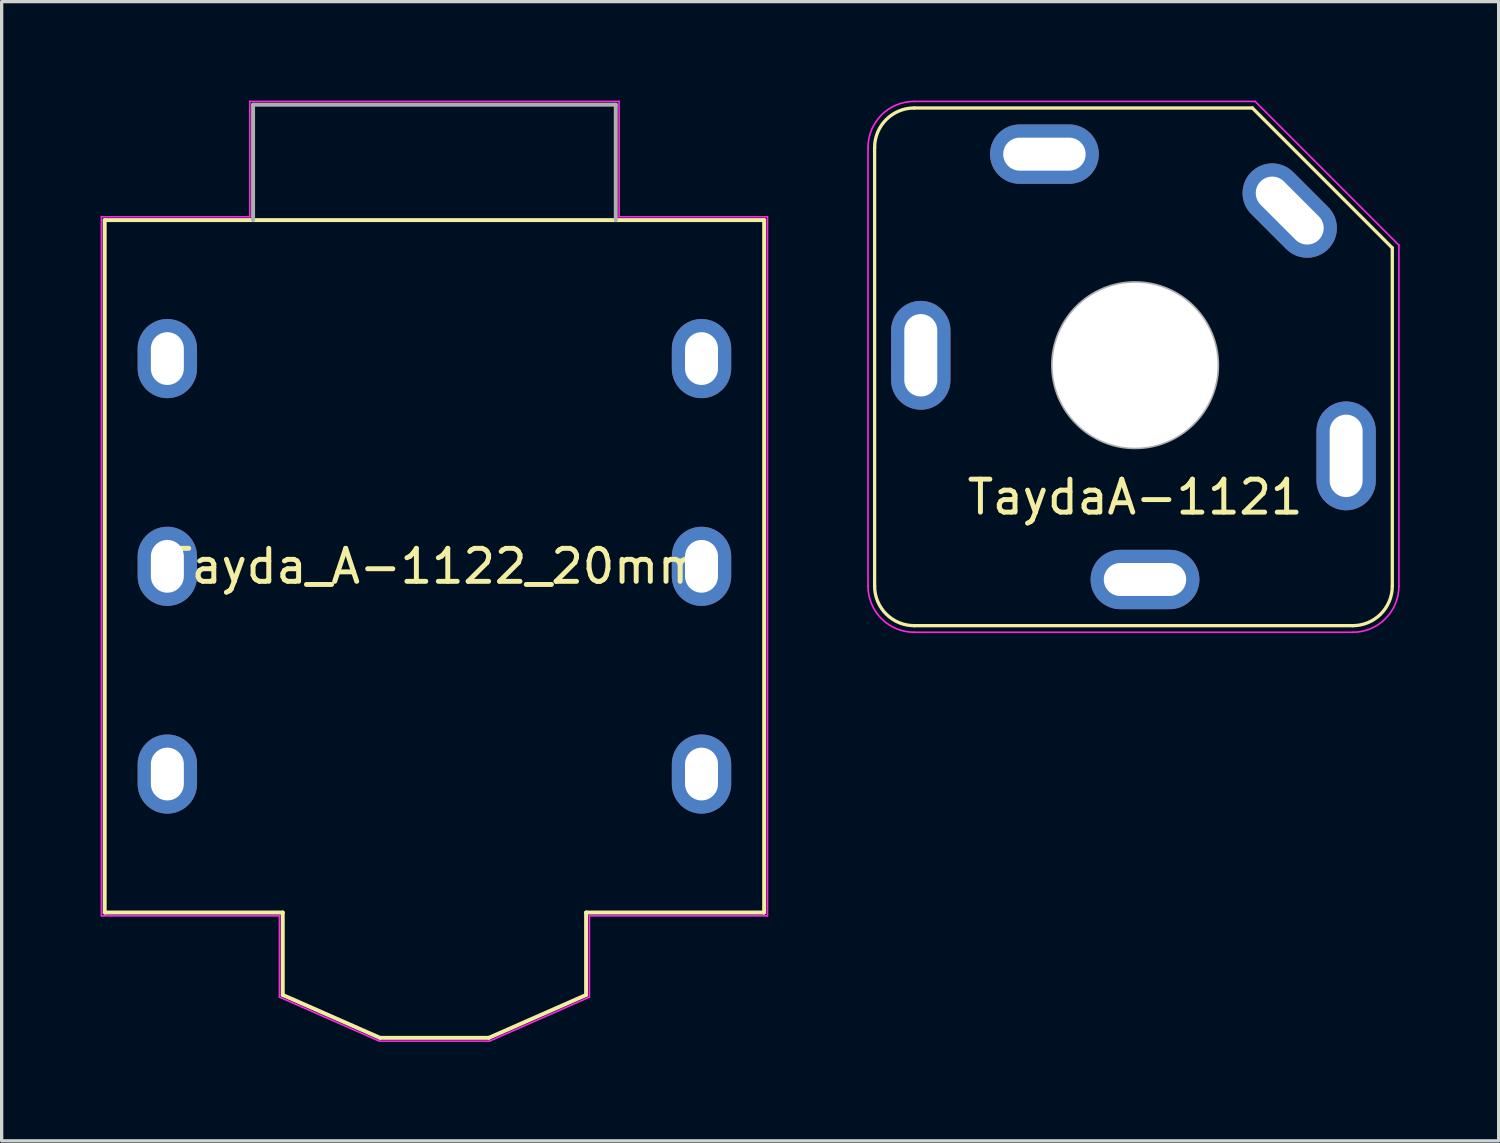
<source format=kicad_pcb>
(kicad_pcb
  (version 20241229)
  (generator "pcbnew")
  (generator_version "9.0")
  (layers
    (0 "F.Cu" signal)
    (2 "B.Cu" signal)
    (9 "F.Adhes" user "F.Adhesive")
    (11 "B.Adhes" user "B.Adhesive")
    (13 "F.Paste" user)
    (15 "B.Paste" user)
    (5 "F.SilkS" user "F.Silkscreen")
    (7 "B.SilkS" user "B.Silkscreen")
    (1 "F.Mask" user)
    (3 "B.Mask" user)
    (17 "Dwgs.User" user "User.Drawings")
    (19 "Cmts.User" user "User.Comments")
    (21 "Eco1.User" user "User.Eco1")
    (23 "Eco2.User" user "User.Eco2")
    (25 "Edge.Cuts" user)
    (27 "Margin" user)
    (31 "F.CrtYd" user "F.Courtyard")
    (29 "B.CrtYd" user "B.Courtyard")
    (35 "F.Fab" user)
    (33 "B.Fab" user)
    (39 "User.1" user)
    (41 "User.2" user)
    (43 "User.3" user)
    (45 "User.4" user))
  (footprint "Tayda_A-1122_20mm"
    (layer "F.Cu")
    (at 10.125 14.125)
    (property "Reference" "Tayda_A-1122_20mm" (at 0 0 0) (layer "F.SilkS") (effects (font (size 1 1) (thickness 0.15))))
    (attr through_hole)
    (fp_line (start -10 -10.5) (end -10 10.5) (stroke (width 0.12) (type solid)) (layer "F.SilkS"))
    (fp_line (start -10 -10.5) (end 10 -10.5) (stroke (width 0.12) (type solid)) (layer "F.SilkS"))
    (fp_line (start -10 10.5) (end -4.6 10.5) (stroke (width 0.12) (type solid)) (layer "F.SilkS"))
    (fp_line (start -4.6 10.5) (end -4.6 13) (stroke (width 0.12) (type solid)) (layer "F.SilkS"))
    (fp_line (start -1.65 14.3) (end -4.6 13) (stroke (width 0.12) (type solid)) (layer "F.SilkS"))
    (fp_line (start -1.65 14.3) (end 1.65 14.3) (stroke (width 0.12) (type solid)) (layer "F.SilkS"))
    (fp_line (start 1.65 14.3) (end 4.6 13) (stroke (width 0.12) (type solid)) (layer "F.SilkS"))
    (fp_line (start 4.6 10.5) (end 4.6 13) (stroke (width 0.12) (type solid)) (layer "F.SilkS"))
    (fp_line (start 10 10.5) (end 4.6 10.5) (stroke (width 0.12) (type solid)) (layer "F.SilkS"))
    (fp_line (start 10 10.5) (end 10 -10.5) (stroke (width 0.12) (type solid)) (layer "F.SilkS"))
    (fp_line (start -10.1 -10.6) (end -10.1 10.6) (stroke (width 0.05) (type solid)) (layer "F.CrtYd"))
    (fp_line (start -10.1 -10.6) (end -5.6 -10.6) (stroke (width 0.05) (type solid)) (layer "F.CrtYd"))
    (fp_line (start -5.6 -14.1) (end 5.6 -14.1) (stroke (width 0.05) (type solid)) (layer "F.CrtYd"))
    (fp_line (start -5.6 -10.6) (end -5.6 -14.1) (stroke (width 0.05) (type solid)) (layer "F.CrtYd"))
    (fp_line (start -4.7 10.6) (end -10.1 10.6) (stroke (width 0.05) (type solid)) (layer "F.CrtYd"))
    (fp_line (start -4.7 10.6) (end -4.7 13.065) (stroke (width 0.05) (type solid)) (layer "F.CrtYd"))
    (fp_line (start -4.7 13.065) (end -1.671 14.4) (stroke (width 0.05) (type solid)) (layer "F.CrtYd"))
    (fp_line (start -1.671 14.4) (end 1.671 14.4) (stroke (width 0.05) (type solid)) (layer "F.CrtYd"))
    (fp_line (start 1.671 14.4) (end 4.7 13.065) (stroke (width 0.05) (type solid)) (layer "F.CrtYd"))
    (fp_line (start 4.7 10.6) (end 4.7 13.065) (stroke (width 0.05) (type solid)) (layer "F.CrtYd"))
    (fp_line (start 4.7 10.6) (end 10.1 10.6) (stroke (width 0.05) (type solid)) (layer "F.CrtYd"))
    (fp_line (start 5.6 -10.6) (end 5.6 -14.1) (stroke (width 0.05) (type solid)) (layer "F.CrtYd"))
    (fp_line (start 10.1 -10.6) (end 5.6 -10.6) (stroke (width 0.05) (type solid)) (layer "F.CrtYd"))
    (fp_line (start 10.1 10.6) (end 10.1 -10.6) (stroke (width 0.05) (type solid)) (layer "F.CrtYd"))
    (fp_line (start -5.5 -14) (end 5.5 -14) (stroke (width 0.12) (type solid)) (layer "F.Fab"))
    (fp_line (start -5.5 -10.5) (end -5.5 -14) (stroke (width 0.12) (type solid)) (layer "F.Fab"))
    (fp_line (start 5.5 -10.5) (end 5.5 -14) (stroke (width 0.12) (type solid)) (layer "F.Fab"))
    (pad "R" thru_hole oval (at -8.1 0) (size 1.8 2.4) (drill oval 1 1.6) (layers "*.Cu" "*.Mask"))
    (pad "RS" thru_hole oval (at 8.1 0) (size 1.8 2.4) (drill oval 1 1.6) (layers "*.Cu" "*.Mask"))
    (pad "S" thru_hole oval (at -8.1 -6.3) (size 1.8 2.4) (drill oval 1 1.6) (layers "*.Cu" "*.Mask"))
    (pad "SS" thru_hole oval (at 8.1 -6.3) (size 1.8 2.4) (drill oval 1 1.6) (layers "*.Cu" "*.Mask"))
    (pad "T" thru_hole oval (at -8.1 6.3) (size 1.8 2.4) (drill oval 1 1.6) (layers "*.Cu" "*.Mask"))
    (pad "TS" thru_hole oval (at 8.1 6.3) (size 1.8 2.4) (drill oval 1 1.6) (layers "*.Cu" "*.Mask")))
  (footprint "TaydaA-1121"
    (layer "F.Cu")
    (at 31.375 8.027)
    (property "Reference" "TaydaA-1121" (at 0 4 0) (layer "F.SilkS") (effects (font (size 1 1) (thickness 0.15))))
    (attr through_hole)
    (fp_line (start -7.9 -6.602) (end -7.9 6.698) (stroke (width 0.1) (type solid)) (layer "F.SilkS"))
    (fp_line (start -6.7 -7.802) (end 3.557 -7.802) (stroke (width 0.1) (type solid)) (layer "F.SilkS"))
    (fp_line (start -6.7 7.898) (end 6.6 7.898) (stroke (width 0.1) (type solid)) (layer "F.SilkS"))
    (fp_line (start 3.557 -7.802) (end 7.8 -3.559) (stroke (width 0.1) (type solid)) (layer "F.SilkS"))
    (fp_line (start 7.8 6.698) (end 7.8 -3.559) (stroke (width 0.1) (type solid)) (layer "F.SilkS"))
    (fp_arc (start -7.899882 -6.602091) (mid -7.54841 -7.450619) (end -6.699882 -7.802091) (stroke (width 0.1) (type solid)) (layer "F.SilkS"))
    (fp_arc (start -6.699882 7.897909) (mid -7.54841 7.546437) (end -7.899882 6.697909) (stroke (width 0.1) (type solid)) (layer "F.SilkS"))
    (fp_arc (start 7.800118 6.697909) (mid 7.448646 7.546437) (end 6.600118 7.897909) (stroke (width 0.1) (type solid)) (layer "F.SilkS"))
    (fp_line (start -8.1 6.698) (end -8.1 -6.602) (stroke (width 0.05) (type solid)) (layer "F.CrtYd"))
    (fp_line (start -6.7 -8.002) (end 3.64 -8.002) (stroke (width 0.05) (type solid)) (layer "F.CrtYd"))
    (fp_line (start 3.64 -8.002) (end 8 -3.642) (stroke (width 0.05) (type solid)) (layer "F.CrtYd"))
    (fp_line (start 6.6 8.098) (end -6.7 8.098) (stroke (width 0.05) (type solid)) (layer "F.CrtYd"))
    (fp_line (start 8 -3.642) (end 8 6.698) (stroke (width 0.05) (type solid)) (layer "F.CrtYd"))
    (fp_arc (start -8.099882 -6.602091) (mid -7.689831 -7.59204) (end -6.699882 -8.002091) (stroke (width 0.05) (type solid)) (layer "F.CrtYd"))
    (fp_arc (start -6.699882 8.097909) (mid -7.689831 7.687858) (end -8.099882 6.697909) (stroke (width 0.05) (type solid)) (layer "F.CrtYd"))
    (fp_arc (start 8.000118 6.697909) (mid 7.590067 7.687858) (end 6.600118 8.097909) (stroke (width 0.05) (type solid)) (layer "F.CrtYd"))
    (fp_circle (center 0.000118 -0.002) (end 2.5 -0.002) (stroke (width 0.1) (type solid)) (fill no) (layer "F.Fab"))
    (pad "" np_thru_hole oval (at 0 0) (size 5 5) (drill oval 5) (layers "*.Cu" "*.Mask"))
    (pad "R" thru_hole oval (at -6.5 -0.302 90) (size 3.3 1.8) (drill oval 2.5 1) (layers "*.Cu" "*.Mask"))
    (pad "RN" thru_hole oval (at -2.75 -6.402) (size 3.3 1.8) (drill oval 2.5 1) (layers "*.Cu" "*.Mask"))
    (pad "S" thru_hole oval (at 4.689 -4.691 315) (size 3.3 1.8) (drill oval 2.5 1) (layers "*.Cu" "*.Mask"))
    (pad "T" thru_hole oval (at 0.3 6.498) (size 3.3 1.8) (drill oval 2.5 1) (layers "*.Cu" "*.Mask"))
    (pad "TN" thru_hole oval (at 6.4 2.748 90) (size 3.3 1.8) (drill oval 2.5 1) (layers "*.Cu" "*.Mask")))
  (gr_rect
    (start -3 -3)
    (end 42.4 31.55)
    (stroke (width 0.1) (type default))
    (fill no)
    (layer "Edge.Cuts")))
</source>
